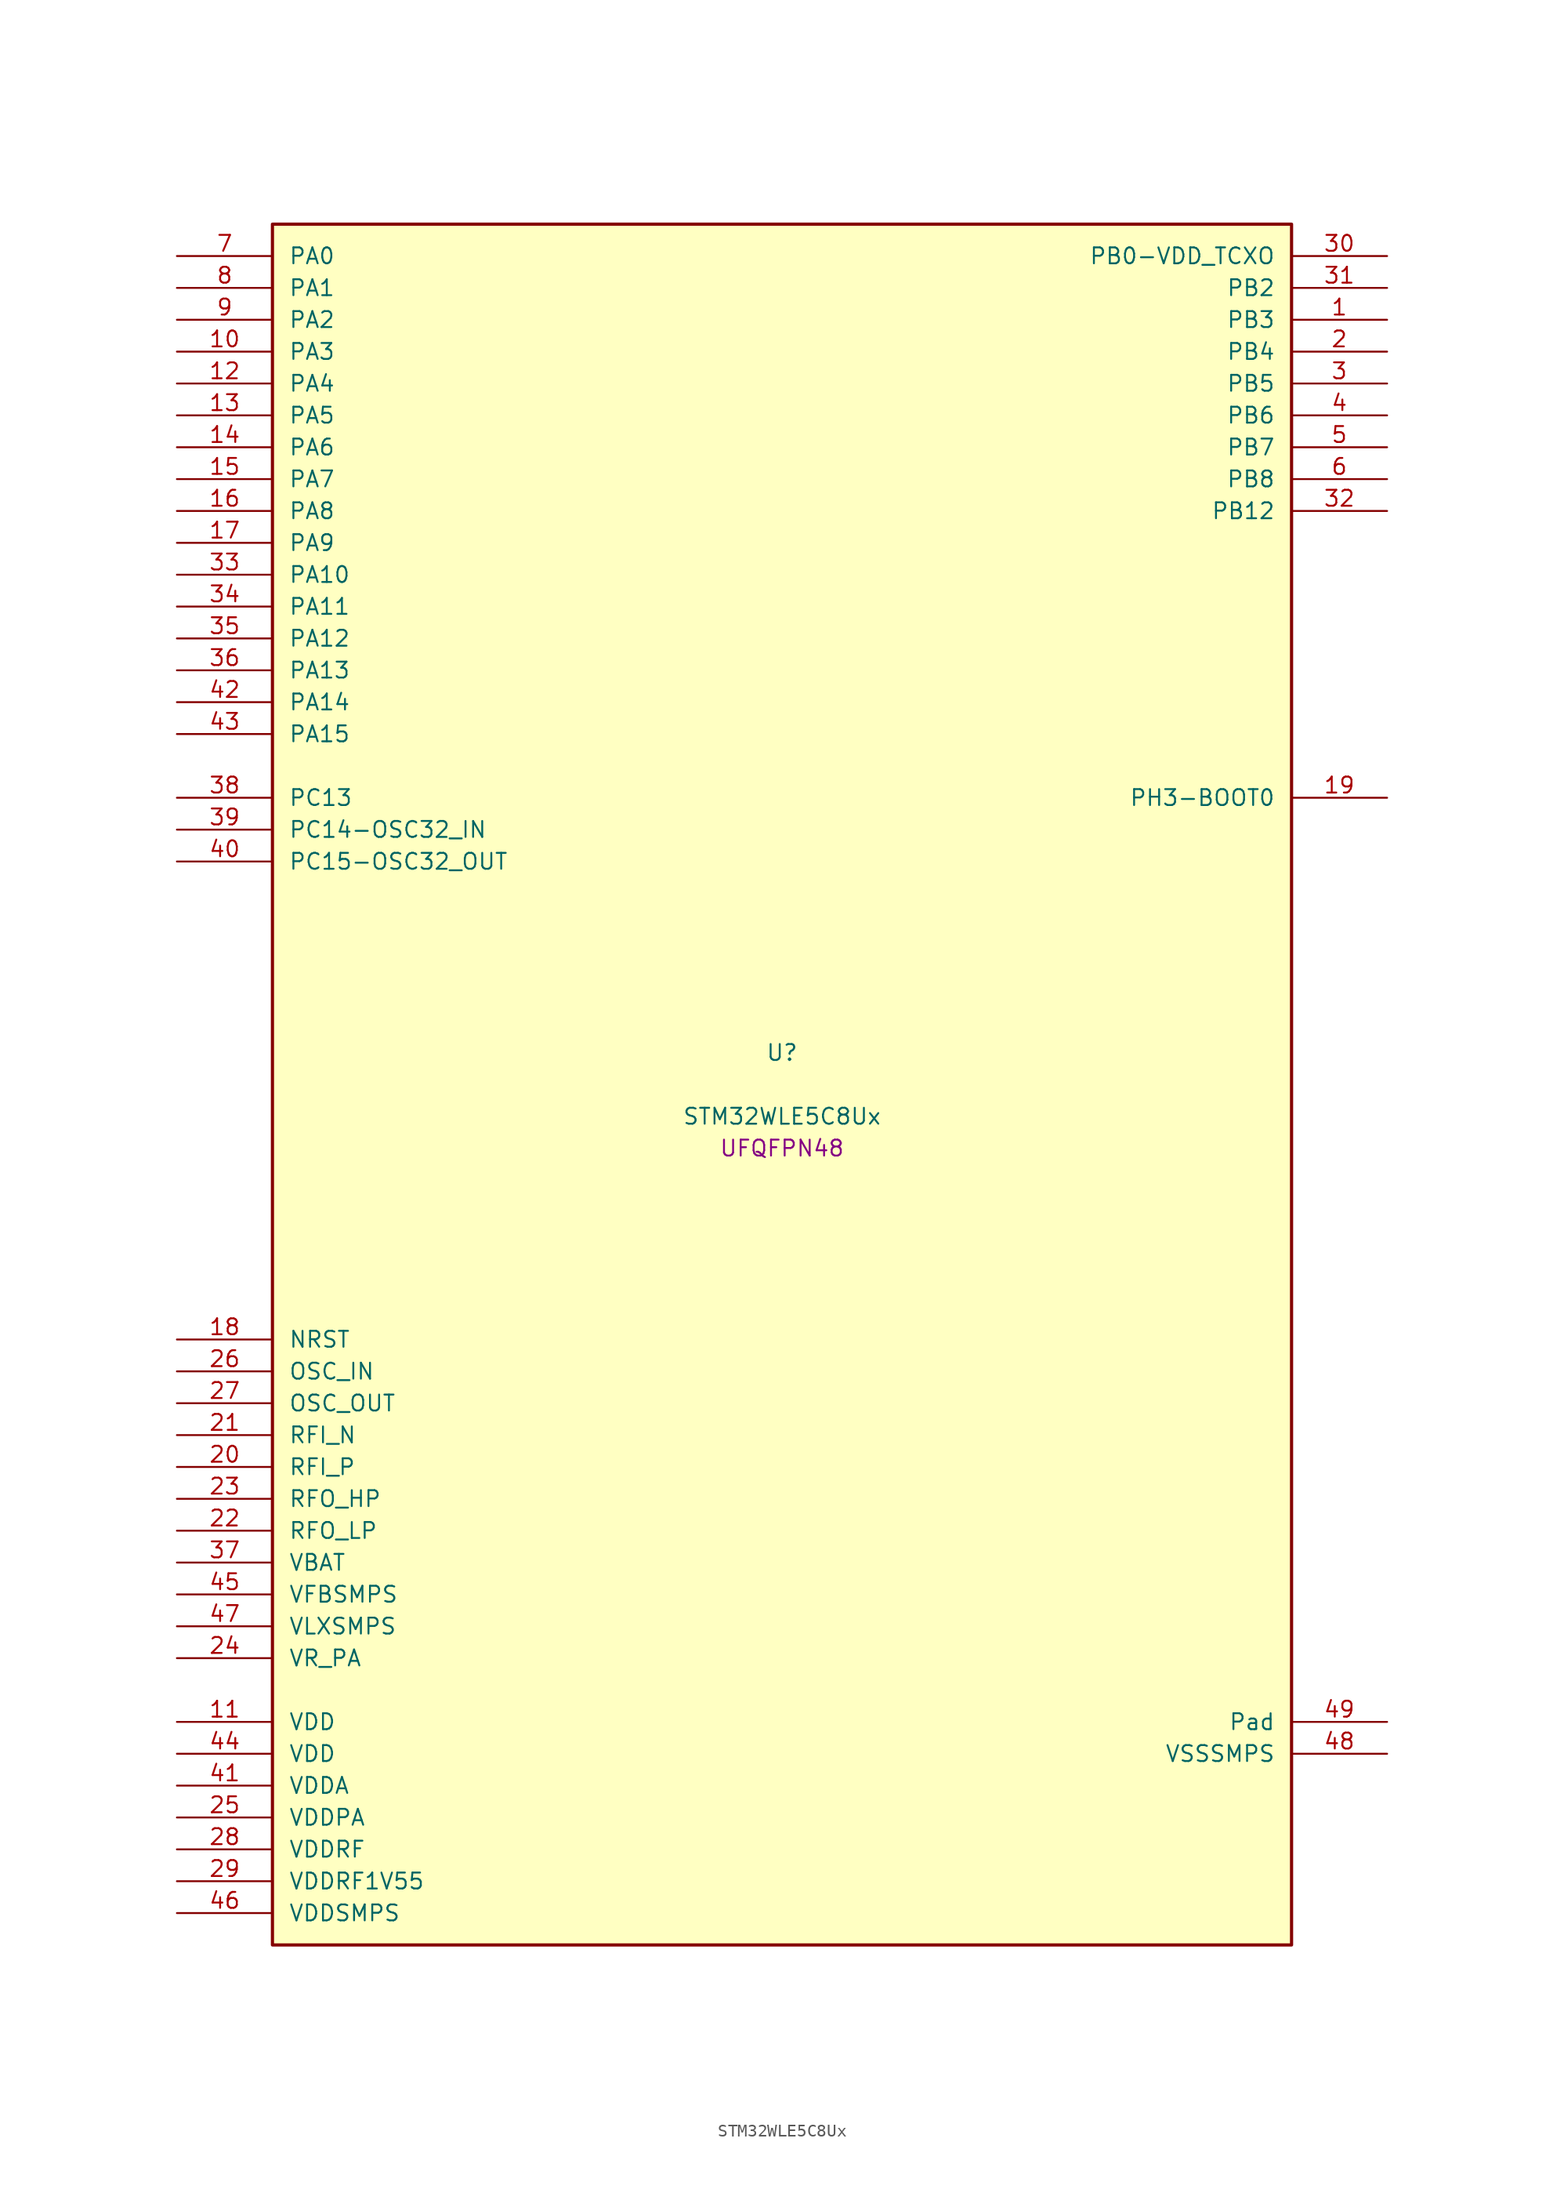
<source format=kicad_sym>
(kicad_symbol_lib
  (version 20241209)
  (generator "stm32_pkl_generator")
  (generator_version "1.0")
  (symbol "STM32WLE5C8Ux"
    (pin_names
      (offset 1.27))
    (property "Reference" "U"
      (at 0 2.54 0))
    (property "Value" "STM32WLE5C8Ux"
      (at 0 -2.54 0))
    (property "Footprint" "UFQFPN48"
      (at 0 -5.08 0))
    (symbol "STM32WLE5C8Ux_1_1"
      (rectangle (start -40.64 68.58) (end 40.64 -68.58) (stroke (width 0.254) (type solid)) (fill (type background)))
      (pin bidirectional line (at -48.26 66.04 0) (length 7.62) (name "PA0") (number "7") (alternate "PA0/COMP1_OUT" bidirectional line) (alternate "PA0/DEBUG_PWR-REGLP1S" bidirectional line) (alternate "PA0/I2C3_SMBA" bidirectional line) (alternate "PA0/I2S_CKIN" bidirectional line) (alternate "PA0/PWR_WKUP1" bidirectional line) (alternate "PA0/RTC_TAMP_IN2" bidirectional line) (alternate "PA0/TIM2_CH1" bidirectional line) (alternate "PA0/TIM2_ETR" bidirectional line) (alternate "PA0/USART2_CTS" bidirectional line) (alternate "PA0/USART2_NSS" bidirectional line))
      (pin bidirectional line (at -48.26 63.5 0) (length 7.62) (name "PA1") (number "8") (alternate "PA1/DEBUG_PWR-REGLP2S" bidirectional line) (alternate "PA1/I2C1_SMBA" bidirectional line) (alternate "PA1/LPTIM3_OUT" bidirectional line) (alternate "PA1/LPUART1_RTS" bidirectional line) (alternate "PA1/SPI1_SCK" bidirectional line) (alternate "PA1/TIM2_CH2" bidirectional line) (alternate "PA1/USART2_DE" bidirectional line) (alternate "PA1/USART2_RTS" bidirectional line))
      (pin bidirectional line (at -48.26 60.96 0) (length 7.62) (name "PA2") (number "9") (alternate "PA2/COMP2_OUT" bidirectional line) (alternate "PA2/DEBUG_PWR-LDORDY" bidirectional line) (alternate "PA2/LPUART1_TX" bidirectional line) (alternate "PA2/RCC_LSCO" bidirectional line) (alternate "PA2/TIM2_CH3" bidirectional line) (alternate "PA2/USART2_TX" bidirectional line))
      (pin bidirectional line (at -48.26 58.42 0) (length 7.62) (name "PA3") (number "10") (alternate "PA3/I2S2_MCK" bidirectional line) (alternate "PA3/LPUART1_RX" bidirectional line) (alternate "PA3/TIM2_CH4" bidirectional line) (alternate "PA3/USART2_RX" bidirectional line))
      (pin bidirectional line (at -48.26 55.88 0) (length 7.62) (name "PA4") (number "12") (alternate "PA4/DEBUG_SUBGHZSPI-NSSOUT" bidirectional line) (alternate "PA4/LPTIM1_OUT" bidirectional line) (alternate "PA4/LPTIM2_OUT" bidirectional line) (alternate "PA4/RTC_OUT2" bidirectional line) (alternate "PA4/SPI1_NSS" bidirectional line) (alternate "PA4/USART2_CK" bidirectional line))
      (pin bidirectional line (at -48.26 53.34 0) (length 7.62) (name "PA5") (number "13") (alternate "PA5/DEBUG_SUBGHZSPI-SCKOUT" bidirectional line) (alternate "PA5/LPTIM2_ETR" bidirectional line) (alternate "PA5/SPI1_SCK" bidirectional line) (alternate "PA5/SPI2_MISO" bidirectional line) (alternate "PA5/TIM2_CH1" bidirectional line) (alternate "PA5/TIM2_ETR" bidirectional line))
      (pin bidirectional line (at -48.26 50.8 0) (length 7.62) (name "PA6") (number "14") (alternate "PA6/DEBUG_SUBGHZSPI-MISOOUT" bidirectional line) (alternate "PA6/I2C2_SMBA" bidirectional line) (alternate "PA6/LPUART1_CTS" bidirectional line) (alternate "PA6/SPI1_MISO" bidirectional line) (alternate "PA6/TIM16_CH1" bidirectional line) (alternate "PA6/TIM1_BKIN" bidirectional line))
      (pin bidirectional line (at -48.26 48.26 0) (length 7.62) (name "PA7") (number "15") (alternate "PA7/COMP2_OUT" bidirectional line) (alternate "PA7/DEBUG_SUBGHZSPI-MOSIOUT" bidirectional line) (alternate "PA7/I2C3_SCL" bidirectional line) (alternate "PA7/SPI1_MOSI" bidirectional line) (alternate "PA7/TIM17_CH1" bidirectional line) (alternate "PA7/TIM1_CH1N" bidirectional line))
      (pin bidirectional line (at -48.26 45.72 0) (length 7.62) (name "PA8") (number "16") (alternate "PA8/I2S2_CK" bidirectional line) (alternate "PA8/LPTIM2_OUT" bidirectional line) (alternate "PA8/RCC_MCO" bidirectional line) (alternate "PA8/SPI2_SCK" bidirectional line) (alternate "PA8/TIM1_CH1" bidirectional line) (alternate "PA8/USART1_CK" bidirectional line))
      (pin bidirectional line (at -48.26 43.18 0) (length 7.62) (name "PA9") (number "17") (alternate "PA9/DAC_EXTI9" bidirectional line) (alternate "PA9/I2C1_SCL" bidirectional line) (alternate "PA9/I2S2_CK" bidirectional line) (alternate "PA9/I2S2_WS" bidirectional line) (alternate "PA9/SPI2_NSS" bidirectional line) (alternate "PA9/SPI2_SCK" bidirectional line) (alternate "PA9/TIM1_CH2" bidirectional line) (alternate "PA9/USART1_TX" bidirectional line))
      (pin bidirectional line (at -48.26 40.64 0) (length 7.62) (name "PA10") (number "33") (alternate "PA10/ADC_IN6" bidirectional line) (alternate "PA10/COMP1_INM" bidirectional line) (alternate "PA10/COMP2_INM" bidirectional line) (alternate "PA10/DAC_OUT1" bidirectional line) (alternate "PA10/DEBUG_RF-HSE32RDY" bidirectional line) (alternate "PA10/I2C1_SDA" bidirectional line) (alternate "PA10/I2S2_SD" bidirectional line) (alternate "PA10/RTC_REFIN" bidirectional line) (alternate "PA10/SPI2_MOSI" bidirectional line) (alternate "PA10/TIM17_BKIN" bidirectional line) (alternate "PA10/TIM1_CH3" bidirectional line) (alternate "PA10/USART1_RX" bidirectional line))
      (pin bidirectional line (at -48.26 38.1 0) (length 7.62) (name "PA11") (number "34") (alternate "PA11/ADC_EXTI11" bidirectional line) (alternate "PA11/ADC_IN7" bidirectional line) (alternate "PA11/COMP1_INM" bidirectional line) (alternate "PA11/COMP2_INM" bidirectional line) (alternate "PA11/DEBUG_RF-NRESET" bidirectional line) (alternate "PA11/I2C2_SDA" bidirectional line) (alternate "PA11/LPTIM3_ETR" bidirectional line) (alternate "PA11/SPI1_MISO" bidirectional line) (alternate "PA11/TIM1_BKIN2" bidirectional line) (alternate "PA11/TIM1_CH4" bidirectional line) (alternate "PA11/USART1_CTS" bidirectional line) (alternate "PA11/USART1_NSS" bidirectional line))
      (pin bidirectional line (at -48.26 35.56 0) (length 7.62) (name "PA12") (number "35") (alternate "PA12/ADC_IN8" bidirectional line) (alternate "PA12/DEBUG_RF-BUSY" bidirectional line) (alternate "PA12/I2C2_SCL" bidirectional line) (alternate "PA12/LPTIM3_IN1" bidirectional line) (alternate "PA12/SPI1_MOSI" bidirectional line) (alternate "PA12/TIM1_ETR" bidirectional line) (alternate "PA12/USART1_DE" bidirectional line) (alternate "PA12/USART1_RTS" bidirectional line))
      (pin bidirectional line (at -48.26 33.02 0) (length 7.62) (name "PA13") (number "36") (alternate "PA13/ADC_IN9" bidirectional line) (alternate "PA13/DEBUG_JTMS-SWDIO" bidirectional line) (alternate "PA13/I2C2_SMBA" bidirectional line) (alternate "PA13/IR_OUT" bidirectional line))
      (pin bidirectional line (at -48.26 30.48 0) (length 7.62) (name "PA14") (number "42") (alternate "PA14/ADC_IN10" bidirectional line) (alternate "PA14/DEBUG_JTCK-SWCLK" bidirectional line) (alternate "PA14/I2C1_SMBA" bidirectional line) (alternate "PA14/LPTIM1_OUT" bidirectional line))
      (pin bidirectional line (at -48.26 27.94 0) (length 7.62) (name "PA15") (number "43") (alternate "PA15/ADC_IN11" bidirectional line) (alternate "PA15/COMP1_INM" bidirectional line) (alternate "PA15/COMP2_INP" bidirectional line) (alternate "PA15/DEBUG_JTDI" bidirectional line) (alternate "PA15/I2C2_SDA" bidirectional line) (alternate "PA15/SPI1_NSS" bidirectional line) (alternate "PA15/TIM2_CH1" bidirectional line) (alternate "PA15/TIM2_ETR" bidirectional line))
      (pin bidirectional line (at 48.26 66.04 180) (length 7.62) (name "PB0-VDD_TCXO") (number "30") (alternate "PB0-VDD_TCXO/COMP1_OUT" bidirectional line) (alternate "PB0-VDD_TCXO/VDDTCXO" bidirectional line))
      (pin bidirectional line (at 48.26 63.5 180) (length 7.62) (name "PB2") (number "31") (alternate "PB2/ADC_IN4" bidirectional line) (alternate "PB2/COMP1_INP" bidirectional line) (alternate "PB2/COMP2_INM" bidirectional line) (alternate "PB2/DEBUG_RF-SMPSRDY" bidirectional line) (alternate "PB2/I2C3_SMBA" bidirectional line) (alternate "PB2/LPTIM1_OUT" bidirectional line) (alternate "PB2/SPI1_NSS" bidirectional line))
      (pin bidirectional line (at 48.26 60.96 180) (length 7.62) (name "PB3") (number "1") (alternate "PB3/ADC_IN2" bidirectional line) (alternate "PB3/COMP1_INM" bidirectional line) (alternate "PB3/COMP2_INM" bidirectional line) (alternate "PB3/DEBUG_JTDO-SWO" bidirectional line) (alternate "PB3/DEBUG_RF-DTB1" bidirectional line) (alternate "PB3/PWR_WKUP3" bidirectional line) (alternate "PB3/RTC_TAMP_IN3" bidirectional line) (alternate "PB3/SPI1_SCK" bidirectional line) (alternate "PB3/TIM2_CH2" bidirectional line) (alternate "PB3/USART1_DE" bidirectional line) (alternate "PB3/USART1_RTS" bidirectional line))
      (pin bidirectional line (at 48.26 58.42 180) (length 7.62) (name "PB4") (number "2") (alternate "PB4/ADC_IN3" bidirectional line) (alternate "PB4/COMP1_INP" bidirectional line) (alternate "PB4/COMP2_INP" bidirectional line) (alternate "PB4/DEBUG_JTRST" bidirectional line) (alternate "PB4/DEBUG_RF-LDORDY" bidirectional line) (alternate "PB4/I2C3_SDA" bidirectional line) (alternate "PB4/SPI1_MISO" bidirectional line) (alternate "PB4/TIM17_BKIN" bidirectional line) (alternate "PB4/USART1_CTS" bidirectional line) (alternate "PB4/USART1_NSS" bidirectional line))
      (pin bidirectional line (at 48.26 55.88 180) (length 7.62) (name "PB5") (number "3") (alternate "PB5/COMP2_OUT" bidirectional line) (alternate "PB5/I2C1_SMBA" bidirectional line) (alternate "PB5/LPTIM1_IN1" bidirectional line) (alternate "PB5/SPI1_MOSI" bidirectional line) (alternate "PB5/TIM16_BKIN" bidirectional line) (alternate "PB5/USART1_CK" bidirectional line))
      (pin bidirectional line (at 48.26 53.34 180) (length 7.62) (name "PB6") (number "4") (alternate "PB6/I2C1_SCL" bidirectional line) (alternate "PB6/LPTIM1_ETR" bidirectional line) (alternate "PB6/TIM16_CH1N" bidirectional line) (alternate "PB6/USART1_TX" bidirectional line))
      (pin bidirectional line (at 48.26 50.8 180) (length 7.62) (name "PB7") (number "5") (alternate "PB7/I2C1_SDA" bidirectional line) (alternate "PB7/LPTIM1_IN2" bidirectional line) (alternate "PB7/PWR_PVD_IN" bidirectional line) (alternate "PB7/TIM17_CH1N" bidirectional line) (alternate "PB7/TIM1_BKIN" bidirectional line) (alternate "PB7/USART1_RX" bidirectional line))
      (pin bidirectional line (at 48.26 48.26 180) (length 7.62) (name "PB8") (number "6") (alternate "PB8/I2C1_SCL" bidirectional line) (alternate "PB8/TIM16_CH1" bidirectional line) (alternate "PB8/TIM1_CH2N" bidirectional line))
      (pin bidirectional line (at 48.26 45.72 180) (length 7.62) (name "PB12") (number "32") (alternate "PB12/I2C3_SMBA" bidirectional line) (alternate "PB12/I2S2_WS" bidirectional line) (alternate "PB12/LPUART1_RTS" bidirectional line) (alternate "PB12/SPI2_NSS" bidirectional line) (alternate "PB12/TIM1_BKIN" bidirectional line))
      (pin bidirectional line (at -48.26 22.86 0) (length 7.62) (name "PC13") (number "38") (alternate "PC13/PWR_WKUP2" bidirectional line) (alternate "PC13/RTC_OUT1" bidirectional line) (alternate "PC13/RTC_TAMP_IN1" bidirectional line) (alternate "PC13/RTC_TS" bidirectional line))
      (pin bidirectional line (at -48.26 20.32 0) (length 7.62) (name "PC14-OSC32_IN") (number "39") (alternate "PC14-OSC32_IN/RCC_OSC32_IN" bidirectional line))
      (pin bidirectional line (at -48.26 17.78 0) (length 7.62) (name "PC15-OSC32_OUT") (number "40") (alternate "PC15-OSC32_OUT/RCC_OSC32_OUT" bidirectional line))
      (pin bidirectional line (at 48.26 22.86 180) (length 7.62) (name "PH3-BOOT0") (number "19"))
      (pin input line (at -48.26 -20.32 0) (length 7.62) (name "NRST") (number "18"))
      (pin bidirectional line (at -48.26 -22.86 0) (length 7.62) (name "OSC_IN") (number "26") (alternate "OSC_IN/RCC_OSC_IN" bidirectional line))
      (pin bidirectional line (at -48.26 -25.4 0) (length 7.62) (name "OSC_OUT") (number "27") (alternate "OSC_OUT/RCC_OSC_OUT" bidirectional line))
      (pin bidirectional line (at -48.26 -27.94 0) (length 7.62) (name "RFI_N") (number "21"))
      (pin bidirectional line (at -48.26 -30.48 0) (length 7.62) (name "RFI_P") (number "20"))
      (pin bidirectional line (at -48.26 -33.02 0) (length 7.62) (name "RFO_HP") (number "23"))
      (pin bidirectional line (at -48.26 -35.56 0) (length 7.62) (name "RFO_LP") (number "22"))
      (pin power_in line (at -48.26 -38.1 0) (length 7.62) (name "VBAT") (number "37"))
      (pin power_in line (at -48.26 -40.64 0) (length 7.62) (name "VFBSMPS") (number "45"))
      (pin power_in line (at -48.26 -43.18 0) (length 7.62) (name "VLXSMPS") (number "47"))
      (pin power_in line (at -48.26 -45.72 0) (length 7.62) (name "VR_PA") (number "24"))
      (pin power_in line (at -48.26 -50.8 0) (length 7.62) (name "VDD") (number "11"))
      (pin power_in line (at -48.26 -53.34 0) (length 7.62) (name "VDD") (number "44"))
      (pin power_in line (at -48.26 -55.88 0) (length 7.62) (name "VDDA") (number "41"))
      (pin power_in line (at -48.26 -58.42 0) (length 7.62) (name "VDDPA") (number "25"))
      (pin power_in line (at -48.26 -60.96 0) (length 7.62) (name "VDDRF") (number "28"))
      (pin power_in line (at -48.26 -63.5 0) (length 7.62) (name "VDDRF1V55") (number "29"))
      (pin power_in line (at -48.26 -66.04 0) (length 7.62) (name "VDDSMPS") (number "46"))
      (pin passive line (at 48.26 -50.8 180) (length 7.62) (name "Pad") (number "49"))
      (pin power_in line (at 48.26 -53.34 180) (length 7.62) (name "VSSSMPS") (number "48")))))
</source>
